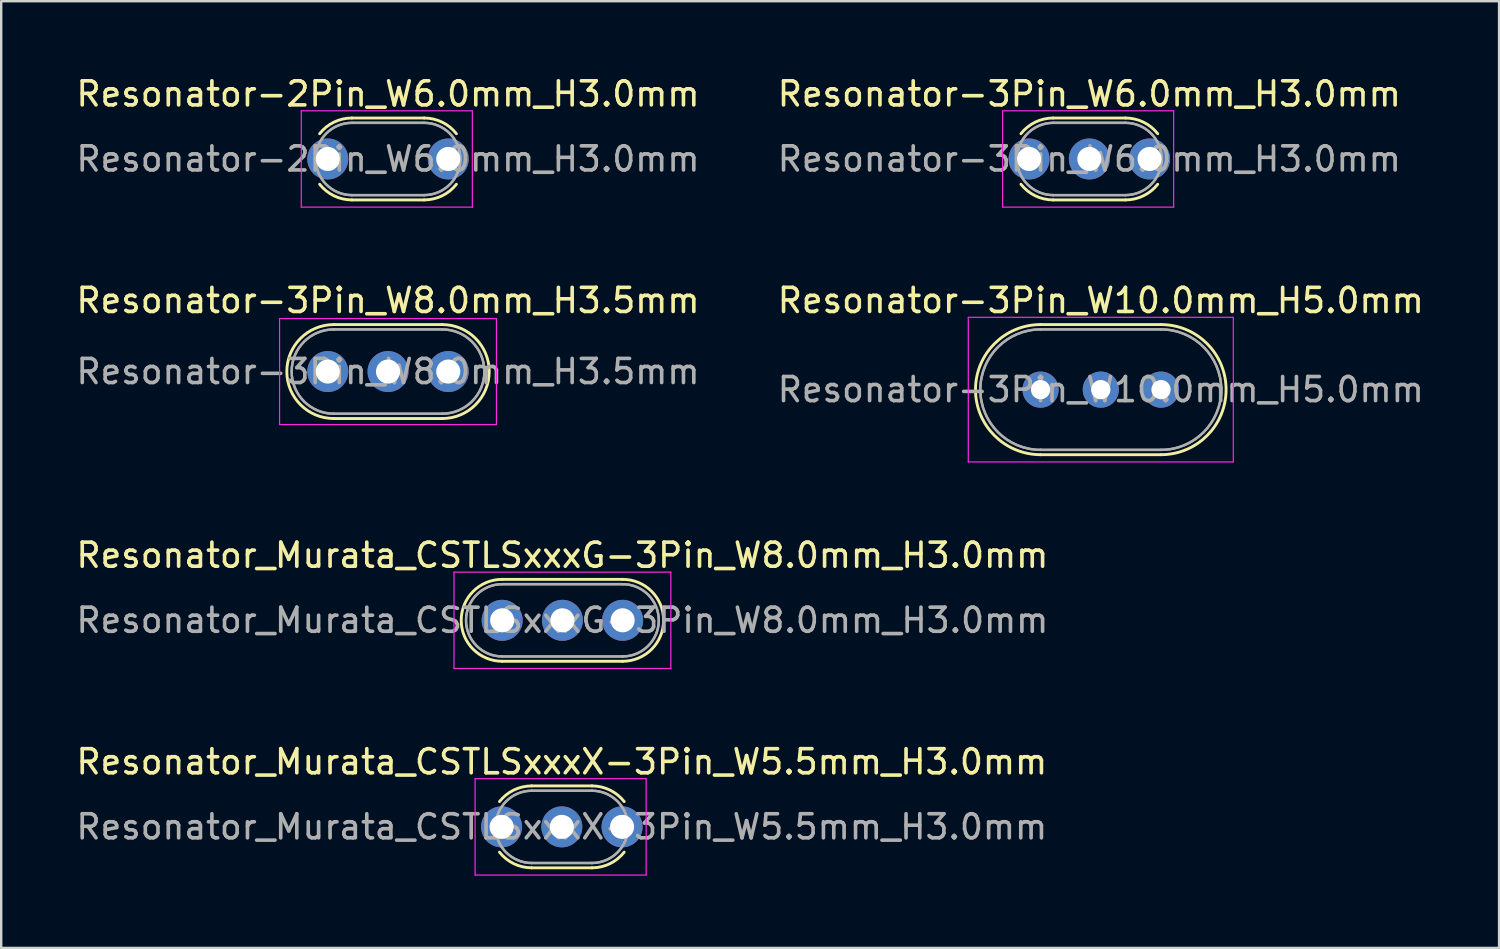
<source format=kicad_pcb>
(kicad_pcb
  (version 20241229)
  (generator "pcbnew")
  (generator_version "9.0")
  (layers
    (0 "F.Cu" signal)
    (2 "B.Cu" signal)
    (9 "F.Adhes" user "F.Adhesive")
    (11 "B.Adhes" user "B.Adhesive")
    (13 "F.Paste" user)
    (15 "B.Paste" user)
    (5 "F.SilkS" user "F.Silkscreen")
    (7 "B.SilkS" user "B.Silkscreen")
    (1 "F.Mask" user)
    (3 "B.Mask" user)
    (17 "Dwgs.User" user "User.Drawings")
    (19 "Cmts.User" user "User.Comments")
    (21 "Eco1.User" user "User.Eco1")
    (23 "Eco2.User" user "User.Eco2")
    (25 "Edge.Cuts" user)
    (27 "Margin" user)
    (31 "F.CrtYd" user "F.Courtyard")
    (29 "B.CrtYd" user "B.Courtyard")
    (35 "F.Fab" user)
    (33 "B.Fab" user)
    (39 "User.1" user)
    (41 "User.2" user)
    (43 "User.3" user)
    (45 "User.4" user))
  (footprint "Resonator_Murata_CSTLSxxxX-3Pin_W5.5mm_H3.0mm"
    (layer "F.Cu")
    (at 17.768 31.268)
    (property "Reference" "Resonator_Murata_CSTLSxxxX-3Pin_W5.5mm_H3.0mm" (at 2.5 -2.7 0) (layer "F.SilkS") (effects (font (size 1 1) (thickness 0.15))))
    (attr through_hole)
    (fp_line (start 1.25 -1.7) (end 3.75 -1.7) (stroke (width 0.12) (type solid)) (layer "F.SilkS"))
    (fp_line (start 1.25 1.7) (end 3.75 1.7) (stroke (width 0.12) (type solid)) (layer "F.SilkS"))
    (fp_arc (start -0.08779 -1.048961) (mid 0.506102 -1.5286) (end 1.25 -1.7) (stroke (width 0.12) (type solid)) (layer "F.SilkS"))
    (fp_arc (start 1.25 1.7) (mid 0.506103 1.5286) (end -0.08779 1.048961) (stroke (width 0.12) (type solid)) (layer "F.SilkS"))
    (fp_arc (start 3.75 -1.7) (mid 4.493897 -1.5286) (end 5.08779 -1.048961) (stroke (width 0.12) (type solid)) (layer "F.SilkS"))
    (fp_arc (start 5.08779 1.048961) (mid 4.493898 1.5286) (end 3.75 1.7) (stroke (width 0.12) (type solid)) (layer "F.SilkS"))
    (fp_line (start -1.1 -2) (end -1.1 2) (stroke (width 0.05) (type solid)) (layer "F.CrtYd"))
    (fp_line (start -1.1 2) (end 6 2) (stroke (width 0.05) (type solid)) (layer "F.CrtYd"))
    (fp_line (start 6 -2) (end -1.1 -2) (stroke (width 0.05) (type solid)) (layer "F.CrtYd"))
    (fp_line (start 6 2) (end 6 -2) (stroke (width 0.05) (type solid)) (layer "F.CrtYd"))
    (fp_line (start 1.25 -1.5) (end 3.75 -1.5) (stroke (width 0.1) (type solid)) (layer "F.Fab"))
    (fp_line (start 1.25 -1.5) (end 3.75 -1.5) (stroke (width 0.1) (type solid)) (layer "F.Fab"))
    (fp_line (start 1.25 1.5) (end 3.75 1.5) (stroke (width 0.1) (type solid)) (layer "F.Fab"))
    (fp_line (start 1.25 1.5) (end 3.75 1.5) (stroke (width 0.1) (type solid)) (layer "F.Fab"))
    (fp_arc (start 1.25 1.5) (mid -0.25 0) (end 1.25 -1.5) (stroke (width 0.1) (type solid)) (layer "F.Fab"))
    (fp_arc (start 1.25 1.5) (mid -0.25 0) (end 1.25 -1.5) (stroke (width 0.1) (type solid)) (layer "F.Fab"))
    (fp_arc (start 3.75 -1.5) (mid 5.25 0) (end 3.75 1.5) (stroke (width 0.1) (type solid)) (layer "F.Fab"))
    (fp_arc (start 3.75 -1.5) (mid 5.25 0) (end 3.75 1.5) (stroke (width 0.1) (type solid)) (layer "F.Fab"))
    (fp_text user "${REFERENCE}" (at 2.5 0 0) (layer "F.Fab") (effects (font (size 1 1) (thickness 0.15))))
    (pad "1" thru_hole circle (at 0 0) (size 1.7 1.7) (drill 1) (layers "*.Cu" "*.Mask"))
    (pad "2" thru_hole circle (at 2.5 0) (size 1.7 1.7) (drill 1) (layers "*.Cu" "*.Mask"))
    (pad "3" thru_hole circle (at 5 0) (size 1.7 1.7) (drill 1) (layers "*.Cu" "*.Mask")))
  (footprint "Resonator-3Pin_W8.0mm_H3.5mm"
    (layer "F.Cu")
    (at 10.554 12.371)
    (property "Reference" "Resonator-3Pin_W8.0mm_H3.5mm" (at 2.5 -2.95 0) (layer "F.SilkS") (effects (font (size 1 1) (thickness 0.15))))
    (attr through_hole)
    (fp_line (start 0.25 -1.95) (end 4.75 -1.95) (stroke (width 0.12) (type solid)) (layer "F.SilkS"))
    (fp_line (start 0.25 1.95) (end 4.75 1.95) (stroke (width 0.12) (type solid)) (layer "F.SilkS"))
    (fp_arc (start 0.25 1.95) (mid -1.7 0) (end 0.25 -1.95) (stroke (width 0.12) (type solid)) (layer "F.SilkS"))
    (fp_arc (start 4.75 -1.95) (mid 6.7 0) (end 4.75 1.95) (stroke (width 0.12) (type solid)) (layer "F.SilkS"))
    (fp_line (start -2 -2.2) (end -2 2.2) (stroke (width 0.05) (type solid)) (layer "F.CrtYd"))
    (fp_line (start -2 2.2) (end 7 2.2) (stroke (width 0.05) (type solid)) (layer "F.CrtYd"))
    (fp_line (start 7 -2.2) (end -2 -2.2) (stroke (width 0.05) (type solid)) (layer "F.CrtYd"))
    (fp_line (start 7 2.2) (end 7 -2.2) (stroke (width 0.05) (type solid)) (layer "F.CrtYd"))
    (fp_line (start 0.25 -1.75) (end 4.75 -1.75) (stroke (width 0.1) (type solid)) (layer "F.Fab"))
    (fp_line (start 0.25 -1.75) (end 4.75 -1.75) (stroke (width 0.1) (type solid)) (layer "F.Fab"))
    (fp_line (start 0.25 1.75) (end 4.75 1.75) (stroke (width 0.1) (type solid)) (layer "F.Fab"))
    (fp_line (start 0.25 1.75) (end 4.75 1.75) (stroke (width 0.1) (type solid)) (layer "F.Fab"))
    (fp_arc (start 0.25 1.75) (mid -1.5 0) (end 0.25 -1.75) (stroke (width 0.1) (type solid)) (layer "F.Fab"))
    (fp_arc (start 0.25 1.75) (mid -1.5 0) (end 0.25 -1.75) (stroke (width 0.1) (type solid)) (layer "F.Fab"))
    (fp_arc (start 4.75 -1.75) (mid 6.5 0) (end 4.75 1.75) (stroke (width 0.1) (type solid)) (layer "F.Fab"))
    (fp_arc (start 4.75 -1.75) (mid 6.5 0) (end 4.75 1.75) (stroke (width 0.1) (type solid)) (layer "F.Fab"))
    (fp_text user "${REFERENCE}" (at 2.5 0 0) (layer "F.Fab") (effects (font (size 1 1) (thickness 0.15))))
    (pad "1" thru_hole circle (at 0 0) (size 1.7 1.7) (drill 1) (layers "*.Cu" "*.Mask"))
    (pad "2" thru_hole circle (at 2.5 0) (size 1.7 1.7) (drill 1) (layers "*.Cu" "*.Mask"))
    (pad "3" thru_hole circle (at 5 0) (size 1.7 1.7) (drill 1) (layers "*.Cu" "*.Mask")))
  (footprint "Resonator_Murata_CSTLSxxxG-3Pin_W8.0mm_H3.0mm"
    (layer "F.Cu")
    (at 17.792 22.695)
    (property "Reference" "Resonator_Murata_CSTLSxxxG-3Pin_W8.0mm_H3.0mm" (at 2.5 -2.7 0) (layer "F.SilkS") (effects (font (size 1 1) (thickness 0.15))))
    (attr through_hole)
    (fp_line (start 0 -1.7) (end 5 -1.7) (stroke (width 0.12) (type solid)) (layer "F.SilkS"))
    (fp_line (start 0 1.7) (end 5 1.7) (stroke (width 0.12) (type solid)) (layer "F.SilkS"))
    (fp_arc (start 0 1.7) (mid -1.7 0) (end 0 -1.7) (stroke (width 0.12) (type solid)) (layer "F.SilkS"))
    (fp_arc (start 5 -1.7) (mid 6.7 0) (end 5 1.7) (stroke (width 0.12) (type solid)) (layer "F.SilkS"))
    (fp_line (start -2 -2) (end -2 2) (stroke (width 0.05) (type solid)) (layer "F.CrtYd"))
    (fp_line (start -2 2) (end 7 2) (stroke (width 0.05) (type solid)) (layer "F.CrtYd"))
    (fp_line (start 7 -2) (end -2 -2) (stroke (width 0.05) (type solid)) (layer "F.CrtYd"))
    (fp_line (start 7 2) (end 7 -2) (stroke (width 0.05) (type solid)) (layer "F.CrtYd"))
    (fp_line (start 0 -1.5) (end 5 -1.5) (stroke (width 0.1) (type solid)) (layer "F.Fab"))
    (fp_line (start 0 -1.5) (end 5 -1.5) (stroke (width 0.1) (type solid)) (layer "F.Fab"))
    (fp_line (start 0 1.5) (end 5 1.5) (stroke (width 0.1) (type solid)) (layer "F.Fab"))
    (fp_line (start 0 1.5) (end 5 1.5) (stroke (width 0.1) (type solid)) (layer "F.Fab"))
    (fp_arc (start 0 1.5) (mid -1.5 0) (end 0 -1.5) (stroke (width 0.1) (type solid)) (layer "F.Fab"))
    (fp_arc (start 0 1.5) (mid -1.5 0) (end 0 -1.5) (stroke (width 0.1) (type solid)) (layer "F.Fab"))
    (fp_arc (start 5 -1.5) (mid 6.5 0) (end 5 1.5) (stroke (width 0.1) (type solid)) (layer "F.Fab"))
    (fp_arc (start 5 -1.5) (mid 6.5 0) (end 5 1.5) (stroke (width 0.1) (type solid)) (layer "F.Fab"))
    (fp_text user "${REFERENCE}" (at 2.5 0 0) (layer "F.Fab") (effects (font (size 1 1) (thickness 0.15))))
    (pad "1" thru_hole circle (at 0 0) (size 1.7 1.7) (drill 1) (layers "*.Cu" "*.Mask"))
    (pad "2" thru_hole circle (at 2.5 0) (size 1.7 1.7) (drill 1) (layers "*.Cu" "*.Mask"))
    (pad "3" thru_hole circle (at 5 0) (size 1.7 1.7) (drill 1) (layers "*.Cu" "*.Mask")))
  (footprint "Resonator-2Pin_W6.0mm_H3.0mm"
    (layer "F.Cu")
    (at 10.554 3.548)
    (property "Reference" "Resonator-2Pin_W6.0mm_H3.0mm" (at 2.5 -2.7 0) (layer "F.SilkS") (effects (font (size 1 1) (thickness 0.15))))
    (attr through_hole)
    (fp_line (start 1 -1.7) (end 4 -1.7) (stroke (width 0.12) (type solid)) (layer "F.SilkS"))
    (fp_line (start 1 1.7) (end 4 1.7) (stroke (width 0.12) (type solid)) (layer "F.SilkS"))
    (fp_arc (start -0.33779 -1.048961) (mid 0.256102 -1.5286) (end 1 -1.7) (stroke (width 0.12) (type solid)) (layer "F.SilkS"))
    (fp_arc (start 1 1.7) (mid 0.256103 1.5286) (end -0.33779 1.048961) (stroke (width 0.12) (type solid)) (layer "F.SilkS"))
    (fp_arc (start 4 -1.7) (mid 4.743897 -1.5286) (end 5.33779 -1.048961) (stroke (width 0.12) (type solid)) (layer "F.SilkS"))
    (fp_arc (start 5.33779 1.048961) (mid 4.743898 1.5286) (end 4 1.7) (stroke (width 0.12) (type solid)) (layer "F.SilkS"))
    (fp_line (start -1.1 -2) (end -1.1 2) (stroke (width 0.05) (type solid)) (layer "F.CrtYd"))
    (fp_line (start -1.1 2) (end 6 2) (stroke (width 0.05) (type solid)) (layer "F.CrtYd"))
    (fp_line (start 6 -2) (end -1.1 -2) (stroke (width 0.05) (type solid)) (layer "F.CrtYd"))
    (fp_line (start 6 2) (end 6 -2) (stroke (width 0.05) (type solid)) (layer "F.CrtYd"))
    (fp_line (start 1 -1.5) (end 4 -1.5) (stroke (width 0.1) (type solid)) (layer "F.Fab"))
    (fp_line (start 1 -1.5) (end 4 -1.5) (stroke (width 0.1) (type solid)) (layer "F.Fab"))
    (fp_line (start 1 1.5) (end 4 1.5) (stroke (width 0.1) (type solid)) (layer "F.Fab"))
    (fp_line (start 1 1.5) (end 4 1.5) (stroke (width 0.1) (type solid)) (layer "F.Fab"))
    (fp_arc (start 1 1.5) (mid -0.5 0) (end 1 -1.5) (stroke (width 0.1) (type solid)) (layer "F.Fab"))
    (fp_arc (start 1 1.5) (mid -0.5 0) (end 1 -1.5) (stroke (width 0.1) (type solid)) (layer "F.Fab"))
    (fp_arc (start 4 -1.5) (mid 5.5 0) (end 4 1.5) (stroke (width 0.1) (type solid)) (layer "F.Fab"))
    (fp_arc (start 4 -1.5) (mid 5.5 0) (end 4 1.5) (stroke (width 0.1) (type solid)) (layer "F.Fab"))
    (fp_text user "${REFERENCE}" (at 2.5 0 0) (layer "F.Fab") (effects (font (size 1 1) (thickness 0.15))))
    (pad "1" thru_hole circle (at 0 0) (size 1.7 1.7) (drill 1) (layers "*.Cu" "*.Mask"))
    (pad "2" thru_hole circle (at 5 0) (size 1.7 1.7) (drill 1) (layers "*.Cu" "*.Mask")))
  (footprint "Resonator-3Pin_W6.0mm_H3.0mm"
    (layer "F.Cu")
    (at 39.661 3.548)
    (property "Reference" "Resonator-3Pin_W6.0mm_H3.0mm" (at 2.5 -2.7 0) (layer "F.SilkS") (effects (font (size 1 1) (thickness 0.15))))
    (attr through_hole)
    (fp_line (start 1 -1.7) (end 4 -1.7) (stroke (width 0.12) (type solid)) (layer "F.SilkS"))
    (fp_line (start 1 1.7) (end 4 1.7) (stroke (width 0.12) (type solid)) (layer "F.SilkS"))
    (fp_arc (start -0.33779 -1.048961) (mid 0.256102 -1.5286) (end 1 -1.7) (stroke (width 0.12) (type solid)) (layer "F.SilkS"))
    (fp_arc (start 1 1.7) (mid 0.256103 1.5286) (end -0.33779 1.048961) (stroke (width 0.12) (type solid)) (layer "F.SilkS"))
    (fp_arc (start 4 -1.7) (mid 4.743897 -1.5286) (end 5.33779 -1.048961) (stroke (width 0.12) (type solid)) (layer "F.SilkS"))
    (fp_arc (start 5.33779 1.048961) (mid 4.743898 1.5286) (end 4 1.7) (stroke (width 0.12) (type solid)) (layer "F.SilkS"))
    (fp_line (start -1.1 -2) (end -1.1 2) (stroke (width 0.05) (type solid)) (layer "F.CrtYd"))
    (fp_line (start -1.1 2) (end 6 2) (stroke (width 0.05) (type solid)) (layer "F.CrtYd"))
    (fp_line (start 6 -2) (end -1.1 -2) (stroke (width 0.05) (type solid)) (layer "F.CrtYd"))
    (fp_line (start 6 2) (end 6 -2) (stroke (width 0.05) (type solid)) (layer "F.CrtYd"))
    (fp_line (start 1 -1.5) (end 4 -1.5) (stroke (width 0.1) (type solid)) (layer "F.Fab"))
    (fp_line (start 1 -1.5) (end 4 -1.5) (stroke (width 0.1) (type solid)) (layer "F.Fab"))
    (fp_line (start 1 1.5) (end 4 1.5) (stroke (width 0.1) (type solid)) (layer "F.Fab"))
    (fp_line (start 1 1.5) (end 4 1.5) (stroke (width 0.1) (type solid)) (layer "F.Fab"))
    (fp_arc (start 1 1.5) (mid -0.5 0) (end 1 -1.5) (stroke (width 0.1) (type solid)) (layer "F.Fab"))
    (fp_arc (start 1 1.5) (mid -0.5 0) (end 1 -1.5) (stroke (width 0.1) (type solid)) (layer "F.Fab"))
    (fp_arc (start 4 -1.5) (mid 5.5 0) (end 4 1.5) (stroke (width 0.1) (type solid)) (layer "F.Fab"))
    (fp_arc (start 4 -1.5) (mid 5.5 0) (end 4 1.5) (stroke (width 0.1) (type solid)) (layer "F.Fab"))
    (fp_text user "${REFERENCE}" (at 2.5 0 0) (layer "F.Fab") (effects (font (size 1 1) (thickness 0.15))))
    (pad "1" thru_hole circle (at 0 0) (size 1.7 1.7) (drill 1) (layers "*.Cu" "*.Mask"))
    (pad "2" thru_hole circle (at 2.5 0) (size 1.7 1.7) (drill 1) (layers "*.Cu" "*.Mask"))
    (pad "3" thru_hole circle (at 5 0) (size 1.7 1.7) (drill 1) (layers "*.Cu" "*.Mask")))
  (footprint "Resonator-3Pin_W10.0mm_H5.0mm"
    (layer "F.Cu")
    (at 40.137 13.121)
    (property "Reference" "Resonator-3Pin_W10.0mm_H5.0mm" (at 2.5 -3.7 0) (layer "F.SilkS") (effects (font (size 1 1) (thickness 0.15))))
    (attr through_hole)
    (fp_line (start 0 -2.7) (end 5 -2.7) (stroke (width 0.12) (type solid)) (layer "F.SilkS"))
    (fp_line (start 0 2.7) (end 5 2.7) (stroke (width 0.12) (type solid)) (layer "F.SilkS"))
    (fp_arc (start 0 2.7) (mid -2.7 0) (end 0 -2.7) (stroke (width 0.12) (type solid)) (layer "F.SilkS"))
    (fp_arc (start 5 -2.7) (mid 7.7 0) (end 5 2.7) (stroke (width 0.12) (type solid)) (layer "F.SilkS"))
    (fp_line (start -3 -3) (end -3 3) (stroke (width 0.05) (type solid)) (layer "F.CrtYd"))
    (fp_line (start -3 3) (end 8 3) (stroke (width 0.05) (type solid)) (layer "F.CrtYd"))
    (fp_line (start 8 -3) (end -3 -3) (stroke (width 0.05) (type solid)) (layer "F.CrtYd"))
    (fp_line (start 8 3) (end 8 -3) (stroke (width 0.05) (type solid)) (layer "F.CrtYd"))
    (fp_line (start 0 -2.5) (end 5 -2.5) (stroke (width 0.1) (type solid)) (layer "F.Fab"))
    (fp_line (start 0 -2.5) (end 5 -2.5) (stroke (width 0.1) (type solid)) (layer "F.Fab"))
    (fp_line (start 0 2.5) (end 5 2.5) (stroke (width 0.1) (type solid)) (layer "F.Fab"))
    (fp_line (start 0 2.5) (end 5 2.5) (stroke (width 0.1) (type solid)) (layer "F.Fab"))
    (fp_arc (start 0 2.5) (mid -2.5 0) (end 0 -2.5) (stroke (width 0.1) (type solid)) (layer "F.Fab"))
    (fp_arc (start 0 2.5) (mid -2.5 0) (end 0 -2.5) (stroke (width 0.1) (type solid)) (layer "F.Fab"))
    (fp_arc (start 5 -2.5) (mid 7.5 0) (end 5 2.5) (stroke (width 0.1) (type solid)) (layer "F.Fab"))
    (fp_arc (start 5 -2.5) (mid 7.5 0) (end 5 2.5) (stroke (width 0.1) (type solid)) (layer "F.Fab"))
    (fp_text user "${REFERENCE}" (at 2.5 0 0) (layer "F.Fab") (effects (font (size 1 1) (thickness 0.15))))
    (pad "1" thru_hole circle (at 0 0) (size 1.5 1.5) (drill 0.8) (layers "*.Cu" "*.Mask"))
    (pad "2" thru_hole circle (at 2.5 0) (size 1.5 1.5) (drill 0.8) (layers "*.Cu" "*.Mask"))
    (pad "3" thru_hole circle (at 5 0) (size 1.5 1.5) (drill 0.8) (layers "*.Cu" "*.Mask")))
  (gr_rect
    (start -3 -3)
    (end 59.167 36.293)
    (stroke (width 0.1) (type default))
    (fill no)
    (layer "Edge.Cuts")))
</source>
